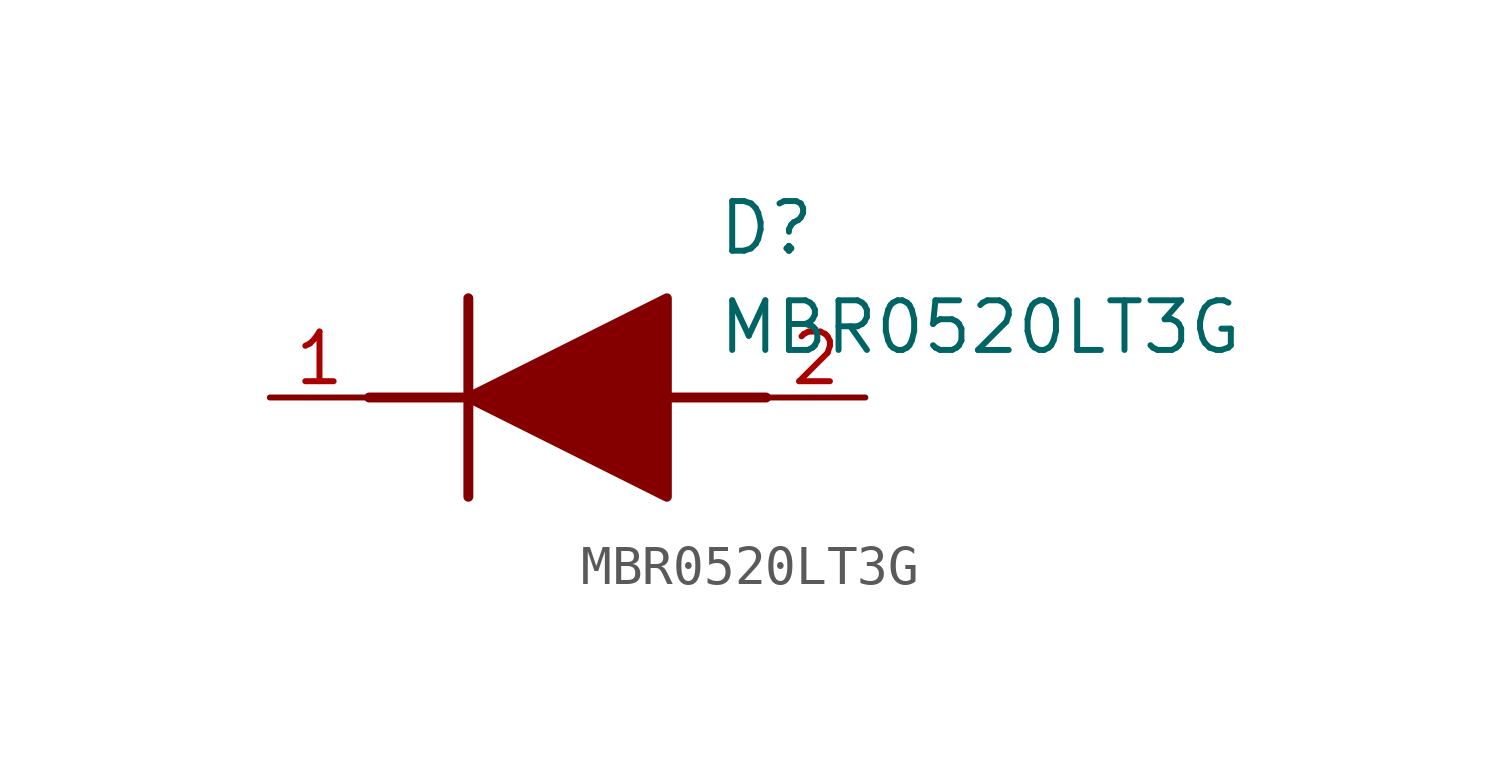
<source format=kicad_sym>
(kicad_symbol_lib
  (version 20241209)
  (generator "kicad_symbol_editor")
  (generator_version "9.0")
  (symbol "MBR0520LT3G"
    (pin_names
      (hide yes))
    (property "Reference" "D"
      (at 11.43 5.08 0)
      (effects (font (size 1.27 1.27)) (justify left top)))
    (property "Value" "MBR0520LT3G"
      (at 11.43 2.54 0)
      (effects (font (size 1.27 1.27)) (justify left top)))
    (symbol "MBR0520LT3G_1_1"
      (polyline (pts (xy 2.54 0) (xy 5.08 0)) (stroke (width 0.254) (type default)) (fill (type none)))
      (polyline (pts (xy 5.08 2.54) (xy 5.08 -2.54)) (stroke (width 0.254) (type default)) (fill (type none)))
      (polyline (pts (xy 5.08 0) (xy 10.16 2.54) (xy 10.16 -2.54) (xy 5.08 0)) (stroke (width 0.254) (type default)) (fill (type outline)))
      (polyline (pts (xy 10.16 0) (xy 12.7 0)) (stroke (width 0.254) (type default)) (fill (type none)))
      (pin passive line (at 0 0 0) (length 2.54) (name "K" (effects (font (size 1.27 1.27)))) (number "1" (effects (font (size 1.27 1.27)))))
      (pin passive line (at 15.24 0 180) (length 2.54) (name "A" (effects (font (size 1.27 1.27)))) (number "2" (effects (font (size 1.27 1.27))))))))
</source>
